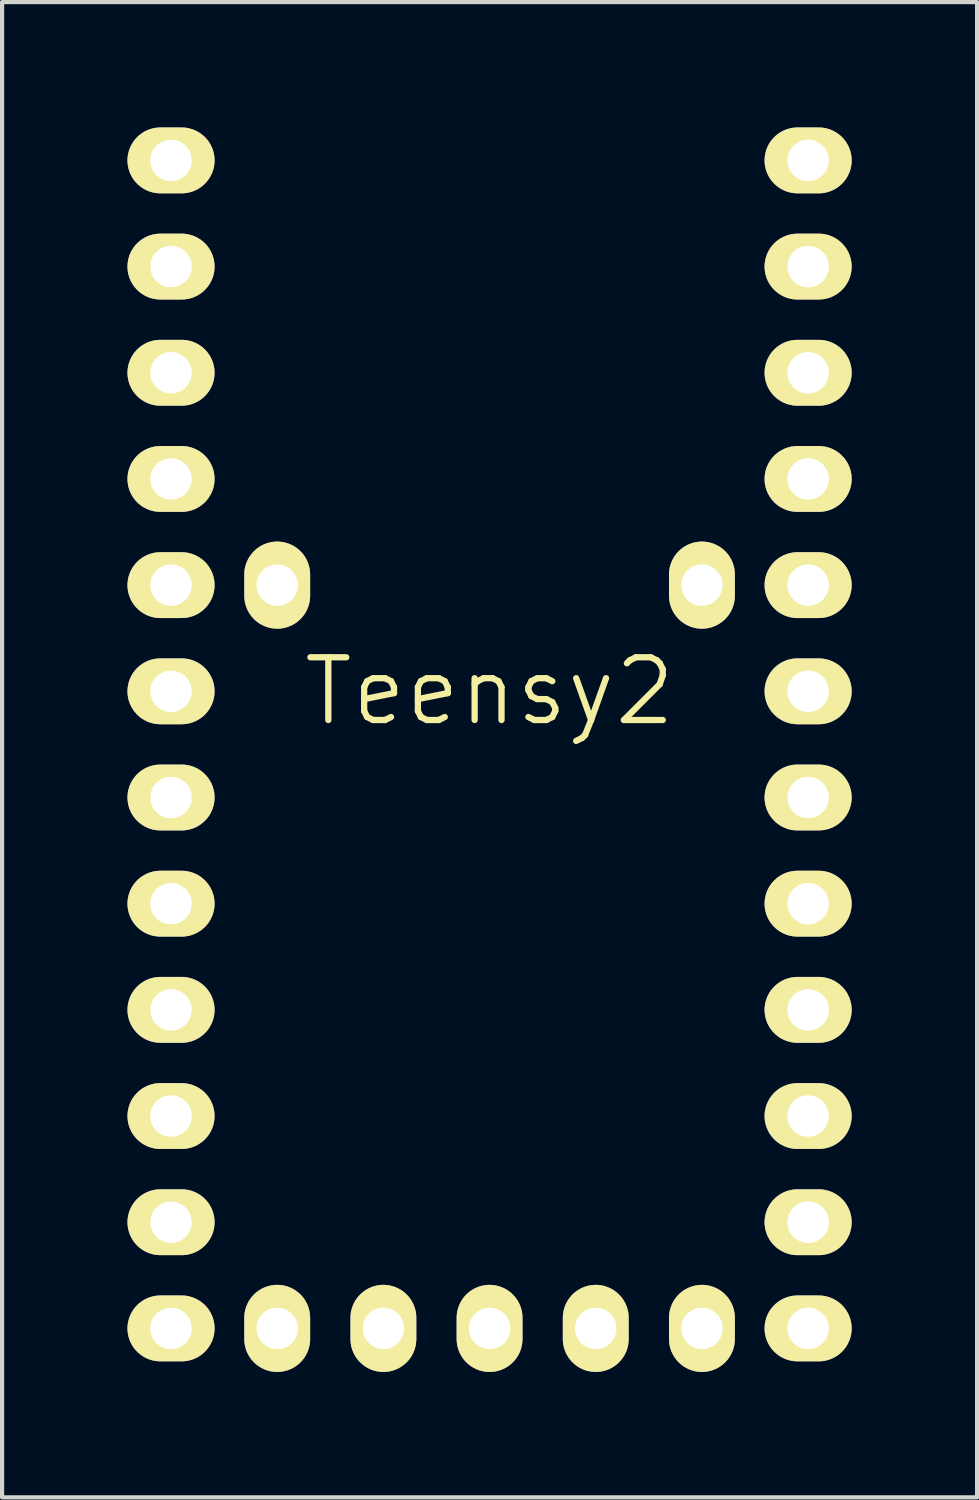
<source format=kicad_pcb>
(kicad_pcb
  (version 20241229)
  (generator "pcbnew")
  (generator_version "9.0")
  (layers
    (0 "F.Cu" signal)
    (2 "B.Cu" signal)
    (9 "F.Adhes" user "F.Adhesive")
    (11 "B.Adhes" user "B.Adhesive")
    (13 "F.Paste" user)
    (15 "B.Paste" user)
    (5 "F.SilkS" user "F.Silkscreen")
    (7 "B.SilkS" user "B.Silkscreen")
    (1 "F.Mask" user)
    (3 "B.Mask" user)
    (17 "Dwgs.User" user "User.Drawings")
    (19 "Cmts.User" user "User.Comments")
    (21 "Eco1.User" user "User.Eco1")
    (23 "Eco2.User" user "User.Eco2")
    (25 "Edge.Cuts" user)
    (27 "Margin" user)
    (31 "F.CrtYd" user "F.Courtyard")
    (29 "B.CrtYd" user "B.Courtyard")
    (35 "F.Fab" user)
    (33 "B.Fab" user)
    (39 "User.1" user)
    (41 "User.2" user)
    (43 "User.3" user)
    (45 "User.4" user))
  (footprint "Teensy2"
    (layer "F.Cu")
    (at 8.661 13.487)
    (property "Reference" "Teensy2" (at 0 0 0) (layer "F.SilkS") (effects (font (size 1.5 1.5) (thickness 0.15))))
    (attr through_hole)
    (pad "1" thru_hole oval (at -7.62 -12.7) (size 2.083 1.575) (drill 0.991) (layers "*.Cu" "*.Mask" "F.SilkS"))
    (pad "2" thru_hole oval (at -7.62 -10.16) (size 2.083 1.575) (drill 0.991) (layers "*.Cu" "*.Mask" "F.SilkS"))
    (pad "3" thru_hole oval (at -7.62 -7.62) (size 2.083 1.575) (drill 0.991) (layers "*.Cu" "*.Mask" "F.SilkS"))
    (pad "4" thru_hole oval (at -7.62 -5.08) (size 2.083 1.575) (drill 0.991) (layers "*.Cu" "*.Mask" "F.SilkS"))
    (pad "5" thru_hole oval (at -7.62 -2.54) (size 2.083 1.575) (drill 0.991) (layers "*.Cu" "*.Mask" "F.SilkS"))
    (pad "6" thru_hole oval (at -7.62 0) (size 2.083 1.575) (drill 0.991) (layers "*.Cu" "*.Mask" "F.SilkS"))
    (pad "7" thru_hole oval (at -7.62 2.54) (size 2.083 1.575) (drill 0.991) (layers "*.Cu" "*.Mask" "F.SilkS"))
    (pad "8" thru_hole oval (at -7.62 5.08) (size 2.083 1.575) (drill 0.991) (layers "*.Cu" "*.Mask" "F.SilkS"))
    (pad "9" thru_hole oval (at -7.62 7.62) (size 2.083 1.575) (drill 0.991) (layers "*.Cu" "*.Mask" "F.SilkS"))
    (pad "10" thru_hole oval (at -7.62 10.16) (size 2.083 1.575) (drill 0.991) (layers "*.Cu" "*.Mask" "F.SilkS"))
    (pad "11" thru_hole oval (at -7.62 12.7) (size 2.083 1.575) (drill 0.991) (layers "*.Cu" "*.Mask" "F.SilkS"))
    (pad "12" thru_hole oval (at -7.62 15.24) (size 2.083 1.575) (drill 0.991) (layers "*.Cu" "*.Mask" "F.SilkS"))
    (pad "13" thru_hole oval (at 7.62 15.24) (size 2.083 1.575) (drill 0.991) (layers "*.Cu" "*.Mask" "F.SilkS"))
    (pad "14" thru_hole oval (at 7.62 12.7) (size 2.083 1.575) (drill 0.991) (layers "*.Cu" "*.Mask" "F.SilkS"))
    (pad "15" thru_hole oval (at 7.62 10.16) (size 2.083 1.575) (drill 0.991) (layers "*.Cu" "*.Mask" "F.SilkS"))
    (pad "16" thru_hole oval (at 7.62 7.62) (size 2.083 1.575) (drill 0.991) (layers "*.Cu" "*.Mask" "F.SilkS"))
    (pad "17" thru_hole oval (at 7.62 5.08) (size 2.083 1.575) (drill 0.991) (layers "*.Cu" "*.Mask" "F.SilkS"))
    (pad "18" thru_hole oval (at 7.62 2.54) (size 2.083 1.575) (drill 0.991) (layers "*.Cu" "*.Mask" "F.SilkS"))
    (pad "19" thru_hole oval (at 7.62 0) (size 2.083 1.575) (drill 0.991) (layers "*.Cu" "*.Mask" "F.SilkS"))
    (pad "20" thru_hole oval (at 7.62 -2.54) (size 2.083 1.575) (drill 0.991) (layers "*.Cu" "*.Mask" "F.SilkS"))
    (pad "21" thru_hole oval (at 7.62 -5.08) (size 2.083 1.575) (drill 0.991) (layers "*.Cu" "*.Mask" "F.SilkS"))
    (pad "22" thru_hole oval (at 7.62 -7.62) (size 2.083 1.575) (drill 0.991) (layers "*.Cu" "*.Mask" "F.SilkS"))
    (pad "23" thru_hole oval (at 7.62 -10.16) (size 2.083 1.575) (drill 0.991) (layers "*.Cu" "*.Mask" "F.SilkS"))
    (pad "24" thru_hole oval (at 7.62 -12.7) (size 2.083 1.575) (drill 0.991) (layers "*.Cu" "*.Mask" "F.SilkS"))
    (pad "25" thru_hole oval (at -5.08 15.24) (size 1.575 2.083) (drill 0.991) (layers "*.Cu" "*.Mask" "F.SilkS"))
    (pad "26" thru_hole oval (at -2.54 15.24) (size 1.575 2.083) (drill 0.991) (layers "*.Cu" "*.Mask" "F.SilkS"))
    (pad "27" thru_hole oval (at 0 15.24) (size 1.575 2.083) (drill 0.991) (layers "*.Cu" "*.Mask" "F.SilkS"))
    (pad "28" thru_hole oval (at 2.54 15.24) (size 1.575 2.083) (drill 0.991) (layers "*.Cu" "*.Mask" "F.SilkS"))
    (pad "29" thru_hole oval (at 5.08 15.24) (size 1.575 2.083) (drill 0.991) (layers "*.Cu" "*.Mask" "F.SilkS"))
    (pad "30" thru_hole oval (at -5.08 -2.54) (size 1.575 2.083) (drill 0.991) (layers "*.Cu" "*.Mask" "F.SilkS"))
    (pad "31" thru_hole oval (at 5.08 -2.54) (size 1.575 2.083) (drill 0.991) (layers "*.Cu" "*.Mask" "F.SilkS")))
  (gr_rect
    (start -3 -3)
    (end 20.323 32.769)
    (stroke (width 0.1) (type default))
    (fill no)
    (layer "Edge.Cuts")))
</source>
